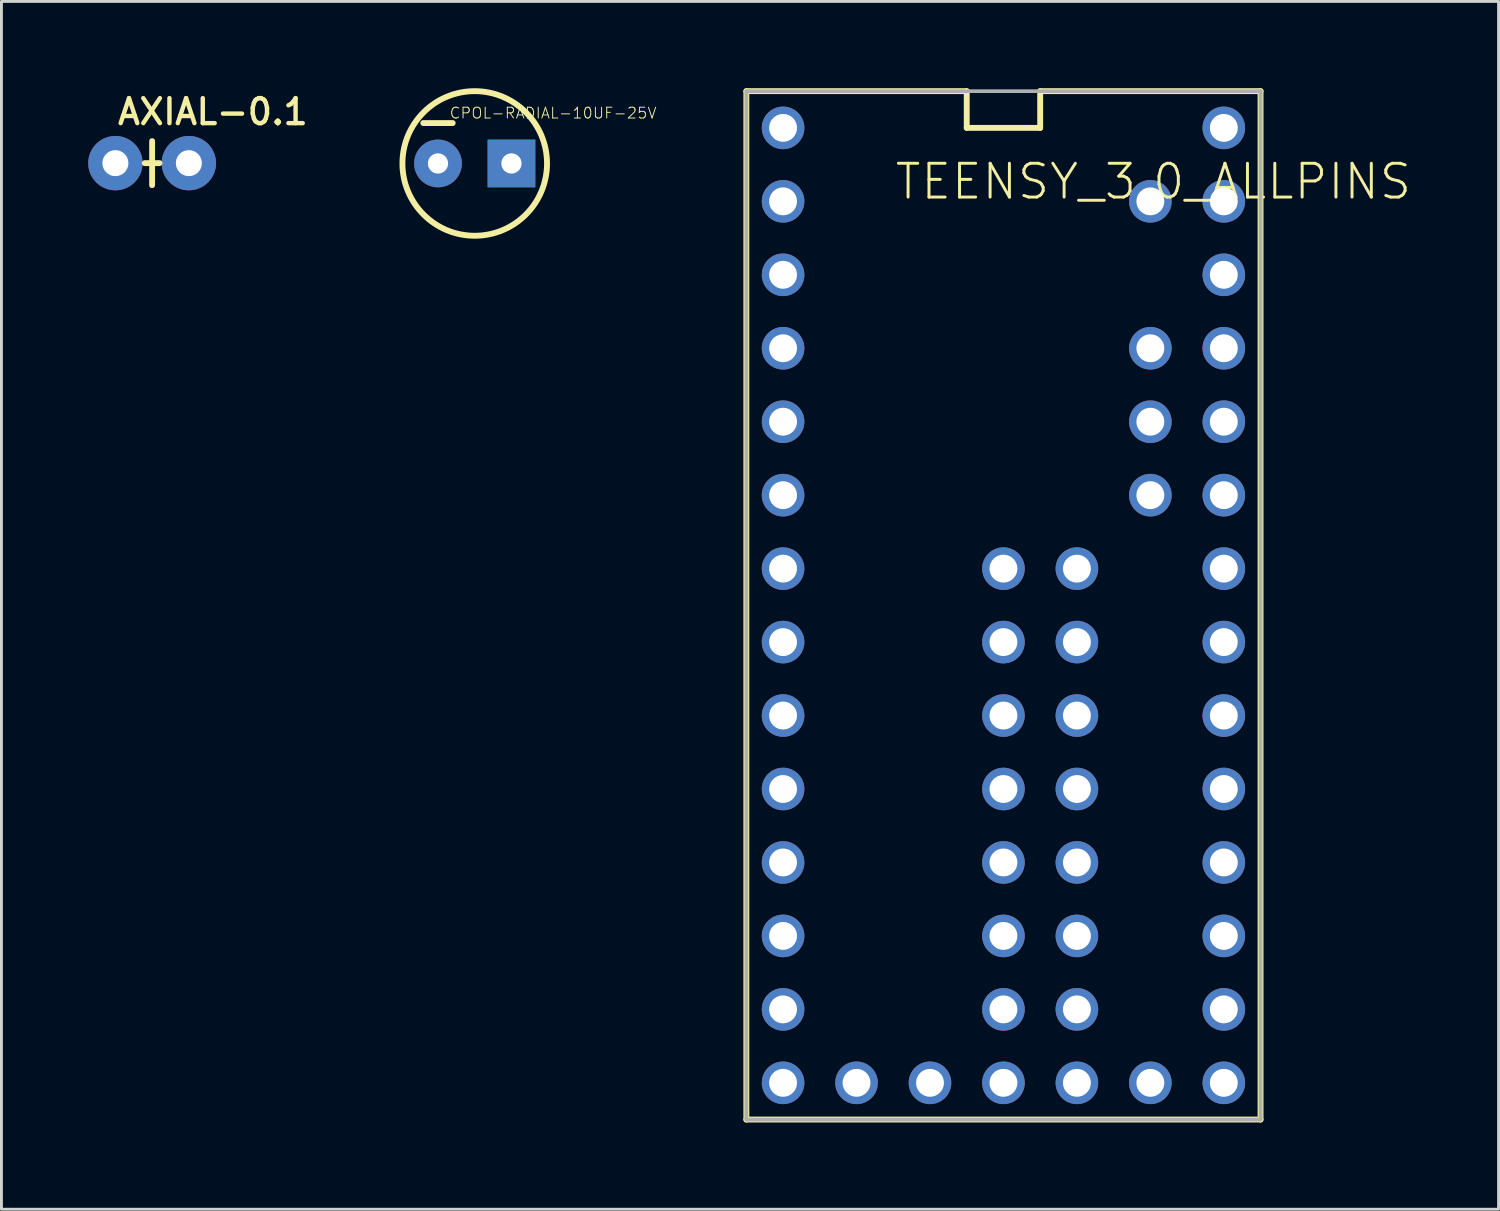
<source format=kicad_pcb>
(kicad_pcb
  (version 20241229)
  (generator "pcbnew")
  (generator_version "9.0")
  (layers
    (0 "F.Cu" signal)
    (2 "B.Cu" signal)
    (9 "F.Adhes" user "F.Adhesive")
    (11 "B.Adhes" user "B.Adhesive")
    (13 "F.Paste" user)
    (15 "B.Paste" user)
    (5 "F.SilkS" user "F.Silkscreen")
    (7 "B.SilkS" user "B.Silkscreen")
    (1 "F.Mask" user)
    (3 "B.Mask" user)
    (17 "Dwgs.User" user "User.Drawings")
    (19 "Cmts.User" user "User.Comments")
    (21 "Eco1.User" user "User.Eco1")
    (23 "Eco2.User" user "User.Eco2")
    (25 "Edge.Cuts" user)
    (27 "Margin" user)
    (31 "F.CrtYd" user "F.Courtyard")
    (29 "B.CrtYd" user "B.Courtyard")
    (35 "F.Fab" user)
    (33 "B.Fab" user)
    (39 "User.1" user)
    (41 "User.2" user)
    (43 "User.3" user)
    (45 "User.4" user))
  (footprint "TEENSY_3.0_ALLPINS"
    (layer "F.Cu")
    (at 31.647 17.882)
    (property "Reference" "TEENSY_3.0_ALLPINS" (at -3.81 -13.97 0) (layer "F.SilkS") (effects (font (size 1.168 1.168) (thickness 0.102)) (justify left bottom)))
    (fp_line (start -8.89 -17.78) (end -1.27 -17.78) (stroke (width 0.203) (type solid)) (layer "F.SilkS"))
    (fp_line (start -8.89 17.78) (end -8.89 -17.78) (stroke (width 0.203) (type solid)) (layer "F.SilkS"))
    (fp_line (start -1.27 -17.78) (end -1.27 -16.51) (stroke (width 0.203) (type solid)) (layer "F.SilkS"))
    (fp_line (start -1.27 -16.51) (end 1.27 -16.51) (stroke (width 0.203) (type solid)) (layer "F.SilkS"))
    (fp_line (start 1.27 -17.78) (end 8.89 -17.78) (stroke (width 0.203) (type solid)) (layer "F.SilkS"))
    (fp_line (start 1.27 -16.51) (end 1.27 -17.78) (stroke (width 0.203) (type solid)) (layer "F.SilkS"))
    (fp_line (start 8.89 -17.78) (end 8.89 17.78) (stroke (width 0.203) (type solid)) (layer "F.SilkS"))
    (fp_line (start 8.89 17.78) (end -8.89 17.78) (stroke (width 0.203) (type solid)) (layer "F.SilkS"))
    (fp_line (start -8.89 -17.78) (end 8.89 -17.78) (stroke (width 0.127) (type solid)) (layer "F.Fab"))
    (fp_line (start -8.89 17.78) (end -8.89 -17.78) (stroke (width 0.127) (type solid)) (layer "F.Fab"))
    (fp_line (start 8.89 -17.78) (end 8.89 17.78) (stroke (width 0.127) (type solid)) (layer "F.Fab"))
    (fp_line (start 8.89 17.78) (end -8.89 17.78) (stroke (width 0.127) (type solid)) (layer "F.Fab"))
    (pad "0" thru_hole circle (at -7.62 -13.97) (size 1.473 1.473) (drill 0.965) (layers "*.Cu" "*.Mask"))
    (pad "1" thru_hole circle (at -7.62 -11.43) (size 1.473 1.473) (drill 0.965) (layers "*.Cu" "*.Mask"))
    (pad "2" thru_hole circle (at -7.62 -8.89) (size 1.473 1.473) (drill 0.965) (layers "*.Cu" "*.Mask"))
    (pad "3" thru_hole circle (at -7.62 -6.35) (size 1.473 1.473) (drill 0.965) (layers "*.Cu" "*.Mask"))
    (pad "3.3V" thru_hole circle (at 7.62 -11.43) (size 1.473 1.473) (drill 0.965) (layers "*.Cu" "*.Mask"))
    (pad "3.3V1" thru_hole circle (at -2.54 16.51) (size 1.473 1.473) (drill 0.965) (layers "*.Cu" "*.Mask"))
    (pad "3.3V2" thru_hole circle (at 2.54 1.27) (size 1.473 1.473) (drill 0.965) (layers "*.Cu" "*.Mask"))
    (pad "4" thru_hole circle (at -7.62 -3.81) (size 1.473 1.473) (drill 0.965) (layers "*.Cu" "*.Mask"))
    (pad "5" thru_hole circle (at -7.62 -1.27) (size 1.473 1.473) (drill 0.965) (layers "*.Cu" "*.Mask"))
    (pad "6" thru_hole circle (at -7.62 1.27) (size 1.473 1.473) (drill 0.965) (layers "*.Cu" "*.Mask"))
    (pad "7" thru_hole circle (at -7.62 3.81) (size 1.473 1.473) (drill 0.965) (layers "*.Cu" "*.Mask"))
    (pad "8" thru_hole circle (at -7.62 6.35) (size 1.473 1.473) (drill 0.965) (layers "*.Cu" "*.Mask"))
    (pad "9" thru_hole circle (at -7.62 8.89) (size 1.473 1.473) (drill 0.965) (layers "*.Cu" "*.Mask"))
    (pad "10" thru_hole circle (at -7.62 11.43) (size 1.473 1.473) (drill 0.965) (layers "*.Cu" "*.Mask"))
    (pad "11" thru_hole circle (at -7.62 13.97) (size 1.473 1.473) (drill 0.965) (layers "*.Cu" "*.Mask"))
    (pad "12" thru_hole circle (at -7.62 16.51) (size 1.473 1.473) (drill 0.965) (layers "*.Cu" "*.Mask"))
    (pad "13" thru_hole circle (at 7.62 16.51) (size 1.473 1.473) (drill 0.965) (layers "*.Cu" "*.Mask"))
    (pad "14/A0" thru_hole circle (at 7.62 13.97) (size 1.473 1.473) (drill 0.965) (layers "*.Cu" "*.Mask"))
    (pad "15/A1" thru_hole circle (at 7.62 11.43) (size 1.473 1.473) (drill 0.965) (layers "*.Cu" "*.Mask"))
    (pad "16/A2" thru_hole circle (at 7.62 8.89) (size 1.473 1.473) (drill 0.965) (layers "*.Cu" "*.Mask"))
    (pad "17/A3" thru_hole circle (at 7.62 6.35) (size 1.473 1.473) (drill 0.965) (layers "*.Cu" "*.Mask"))
    (pad "18/A4" thru_hole circle (at 7.62 3.81) (size 1.473 1.473) (drill 0.965) (layers "*.Cu" "*.Mask"))
    (pad "19/A5" thru_hole circle (at 7.62 1.27) (size 1.473 1.473) (drill 0.965) (layers "*.Cu" "*.Mask"))
    (pad "20/A6" thru_hole circle (at 7.62 -1.27) (size 1.473 1.473) (drill 0.965) (layers "*.Cu" "*.Mask"))
    (pad "21/A7" thru_hole circle (at 7.62 -3.81) (size 1.473 1.473) (drill 0.965) (layers "*.Cu" "*.Mask"))
    (pad "22/A8" thru_hole circle (at 7.62 -6.35) (size 1.473 1.473) (drill 0.965) (layers "*.Cu" "*.Mask"))
    (pad "23/A9" thru_hole circle (at 7.62 -8.89) (size 1.473 1.473) (drill 0.965) (layers "*.Cu" "*.Mask"))
    (pad "24" thru_hole circle (at 0 3.81) (size 1.473 1.473) (drill 0.965) (layers "*.Cu" "*.Mask"))
    (pad "25" thru_hole circle (at 0 6.35) (size 1.473 1.473) (drill 0.965) (layers "*.Cu" "*.Mask"))
    (pad "26" thru_hole circle (at 0 8.89) (size 1.473 1.473) (drill 0.965) (layers "*.Cu" "*.Mask"))
    (pad "27" thru_hole circle (at 0 11.43) (size 1.473 1.473) (drill 0.965) (layers "*.Cu" "*.Mask"))
    (pad "28" thru_hole circle (at 0 13.97) (size 1.473 1.473) (drill 0.965) (layers "*.Cu" "*.Mask"))
    (pad "29" thru_hole circle (at 2.54 13.97) (size 1.473 1.473) (drill 0.965) (layers "*.Cu" "*.Mask"))
    (pad "30" thru_hole circle (at 2.54 11.43) (size 1.473 1.473) (drill 0.965) (layers "*.Cu" "*.Mask"))
    (pad "31" thru_hole circle (at 2.54 8.89) (size 1.473 1.473) (drill 0.965) (layers "*.Cu" "*.Mask"))
    (pad "32" thru_hole circle (at 2.54 6.35) (size 1.473 1.473) (drill 0.965) (layers "*.Cu" "*.Mask"))
    (pad "33" thru_hole circle (at 2.54 3.81) (size 1.473 1.473) (drill 0.965) (layers "*.Cu" "*.Mask"))
    (pad "A10" thru_hole circle (at 5.08 -6.35) (size 1.473 1.473) (drill 0.965) (layers "*.Cu" "*.Mask"))
    (pad "A11" thru_hole circle (at 5.08 -3.81) (size 1.473 1.473) (drill 0.965) (layers "*.Cu" "*.Mask"))
    (pad "A12" thru_hole circle (at 0 -1.27) (size 1.473 1.473) (drill 0.965) (layers "*.Cu" "*.Mask"))
    (pad "A13" thru_hole circle (at 2.54 -1.27) (size 1.473 1.473) (drill 0.965) (layers "*.Cu" "*.Mask"))
    (pad "AGND" thru_hole circle (at 7.62 -13.97) (size 1.473 1.473) (drill 0.965) (layers "*.Cu" "*.Mask"))
    (pad "AREF" thru_hole circle (at 5.08 -8.89) (size 1.473 1.473) (drill 0.965) (layers "*.Cu" "*.Mask"))
    (pad "GND" thru_hole circle (at -7.62 -16.51) (size 1.473 1.473) (drill 0.965) (layers "*.Cu" "*.Mask"))
    (pad "GND1" thru_hole circle (at 0 16.51) (size 1.473 1.473) (drill 0.965) (layers "*.Cu" "*.Mask"))
    (pad "GND2" thru_hole circle (at 0 1.27) (size 1.473 1.473) (drill 0.965) (layers "*.Cu" "*.Mask"))
    (pad "PGM" thru_hole circle (at 2.54 16.51) (size 1.473 1.473) (drill 0.965) (layers "*.Cu" "*.Mask"))
    (pad "RESET" thru_hole circle (at 5.08 16.51) (size 1.473 1.473) (drill 0.965) (layers "*.Cu" "*.Mask"))
    (pad "VBAT" thru_hole circle (at -5.08 16.51) (size 1.473 1.473) (drill 0.965) (layers "*.Cu" "*.Mask"))
    (pad "VIN" thru_hole circle (at 7.62 -16.51) (size 1.473 1.473) (drill 0.965) (layers "*.Cu" "*.Mask"))
    (pad "VUSB" thru_hole circle (at 5.08 -13.97) (size 1.473 1.473) (drill 0.965) (layers "*.Cu" "*.Mask")))
  (footprint "CPOL-RADIAL-10UF-25V"
    (layer "F.Cu")
    (at 13.365 2.602)
    (property "Reference" "CPOL-RADIAL-10UF-25V" (at -0.889 -1.524 0) (layer "F.SilkS") (effects (font (size 0.374 0.374) (thickness 0.033)) (justify left bottom)))
    (fp_line (start -0.762 -1.397) (end -1.778 -1.397) (stroke (width 0.203) (type solid)) (layer "F.SilkS"))
    (fp_circle (center 0 0) (end 2.5 0) (stroke (width 0.203) (type solid)) (fill no) (layer "F.SilkS"))
    (pad "1" thru_hole rect (at 1.27 0) (size 1.651 1.651) (drill 0.7) (layers "*.Cu" "*.Mask"))
    (pad "2" thru_hole circle (at -1.27 0) (size 1.651 1.651) (drill 0.7) (layers "*.Cu" "*.Mask")))
  (footprint "AXIAL-0.1"
    (layer "F.Cu")
    (at 0.94 2.591)
    (property "Reference" "AXIAL-0.1" (at 0 -1.27 0) (layer "F.SilkS") (effects (font (size 0.864 0.864) (thickness 0.152)) (justify left bottom)))
    (fp_line (start 1.27 0) (end 1.016 0) (stroke (width 0.203) (type solid)) (layer "F.SilkS"))
    (fp_line (start 1.27 0) (end 1.27 -0.762) (stroke (width 0.203) (type solid)) (layer "F.SilkS"))
    (fp_line (start 1.27 0.762) (end 1.27 0) (stroke (width 0.203) (type solid)) (layer "F.SilkS"))
    (fp_line (start 1.524 0) (end 1.27 0) (stroke (width 0.203) (type solid)) (layer "F.SilkS"))
    (pad "P$1" thru_hole circle (at 0 0) (size 1.88 1.88) (drill 0.9) (layers "*.Cu" "*.Mask"))
    (pad "P$2" thru_hole circle (at 2.54 0) (size 1.88 1.88) (drill 0.9) (layers "*.Cu" "*.Mask")))
  (gr_rect
    (start -3 -3)
    (end 48.768 38.763)
    (stroke (width 0.1) (type default))
    (fill no)
    (layer "Edge.Cuts")))
</source>
